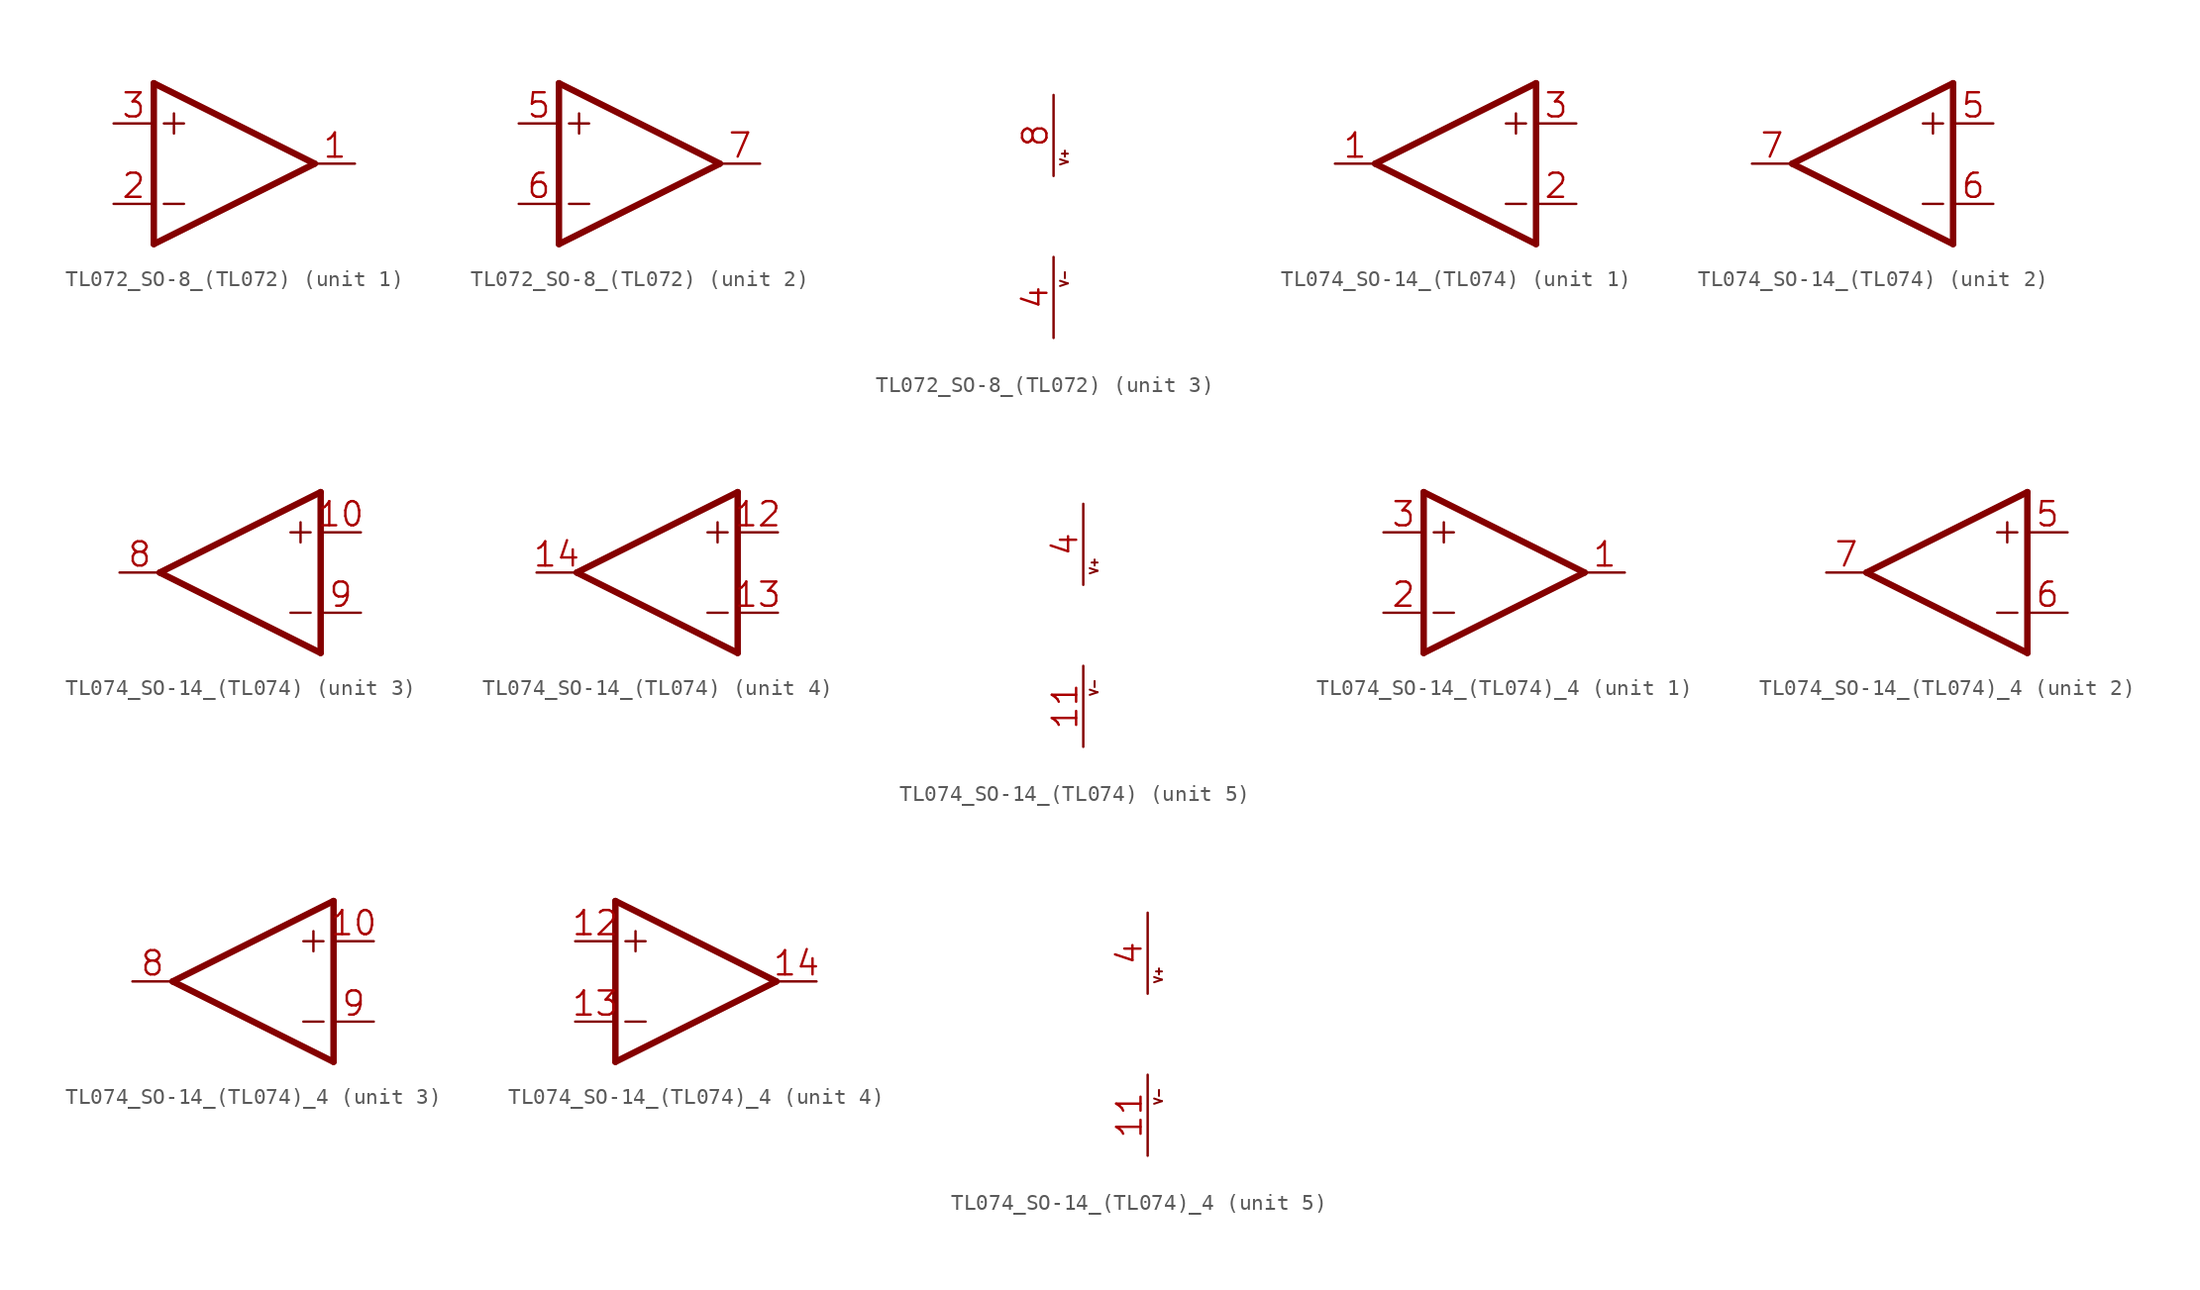
<source format=kicad_sym>
(kicad_symbol_lib
  (version 20241209)
  (generator "kicad_symbol_editor")
  (generator_version "9.0")
  (symbol "TL072_SO-8_(TL072)"
    (property "Reference" "U"
      (at 0 0 0)
      (effects (font (size 1.27 1.27)) (hide yes)))
    (property "ki_locked" ""
      (at 0 0 0)
      (effects (font (size 1.27 1.27))))
    (symbol "TL072_SO-8_(TL072)_1_0"
      (polyline (pts (xy -5.08 5.08) (xy -5.08 -5.08)) (stroke (width 0.406) (type solid)) (fill (type none)))
      (polyline (pts (xy -5.08 -5.08) (xy 5.08 0)) (stroke (width 0.406) (type solid)) (fill (type none)))
      (polyline (pts (xy -4.445 2.54) (xy -3.175 2.54)) (stroke (width 0.152) (type solid)) (fill (type none)))
      (polyline (pts (xy -4.445 -2.54) (xy -3.175 -2.54)) (stroke (width 0.152) (type solid)) (fill (type none)))
      (polyline (pts (xy -3.81 3.175) (xy -3.81 1.905)) (stroke (width 0.152) (type solid)) (fill (type none)))
      (polyline (pts (xy 5.08 0) (xy -5.08 5.08)) (stroke (width 0.406) (type solid)) (fill (type none)))
      (pin input line (at -7.62 2.54 0) (length 2.54) (name "+IN" (effects (font (size 0 0)))) (number "3" (effects (font (size 1.524 1.524)))))
      (pin input line (at -7.62 -2.54 0) (length 2.54) (name "-IN" (effects (font (size 0 0)))) (number "2" (effects (font (size 1.524 1.524)))))
      (pin output line (at 7.62 0 180) (length 2.54) (name "OUT" (effects (font (size 0 0)))) (number "1" (effects (font (size 1.524 1.524))))))
    (symbol "TL072_SO-8_(TL072)_2_0"
      (polyline (pts (xy -5.08 5.08) (xy -5.08 -5.08)) (stroke (width 0.406) (type solid)) (fill (type none)))
      (polyline (pts (xy -5.08 -5.08) (xy 5.08 0)) (stroke (width 0.406) (type solid)) (fill (type none)))
      (polyline (pts (xy -4.445 2.54) (xy -3.175 2.54)) (stroke (width 0.152) (type solid)) (fill (type none)))
      (polyline (pts (xy -4.445 -2.54) (xy -3.175 -2.54)) (stroke (width 0.152) (type solid)) (fill (type none)))
      (polyline (pts (xy -3.81 3.175) (xy -3.81 1.905)) (stroke (width 0.152) (type solid)) (fill (type none)))
      (polyline (pts (xy 5.08 0) (xy -5.08 5.08)) (stroke (width 0.406) (type solid)) (fill (type none)))
      (pin input line (at -7.62 2.54 0) (length 2.54) (name "+IN" (effects (font (size 0 0)))) (number "5" (effects (font (size 1.524 1.524)))))
      (pin input line (at -7.62 -2.54 0) (length 2.54) (name "-IN" (effects (font (size 0 0)))) (number "6" (effects (font (size 1.524 1.524)))))
      (pin output line (at 7.62 0 180) (length 2.54) (name "OUT" (effects (font (size 0 0)))) (number "7" (effects (font (size 1.524 1.524))))))
    (symbol "TL072_SO-8_(TL072)_3_0"
      (text "V+" (at 0.387 3.13 900) (effects (font (size 0.493 0.493)) (justify left top)))
      (text "V-" (at 0.387 -4.49 900) (effects (font (size 0.493 0.493)) (justify left top)))
      (pin power_in line (at 0 7.62 270) (length 5.08) (name "V+" (effects (font (size 0 0)))) (number "8" (effects (font (size 1.524 1.524)))))
      (pin power_in line (at 0 -7.62 90) (length 5.08) (name "V-" (effects (font (size 0 0)))) (number "4" (effects (font (size 1.524 1.524)))))))
  (symbol "TL074_SO-14_(TL074)"
    (property "Reference" "U"
      (at 0 0 0)
      (effects (font (size 1.27 1.27)) (hide yes)))
    (property "ki_locked" ""
      (at 0 0 0)
      (effects (font (size 1.27 1.27))))
    (symbol "TL074_SO-14_(TL074)_1_0"
      (polyline (pts (xy -5.08 0) (xy 5.08 5.08)) (stroke (width 0.406) (type solid)) (fill (type none)))
      (polyline (pts (xy 3.81 3.175) (xy 3.81 1.905)) (stroke (width 0.152) (type solid)) (fill (type none)))
      (polyline (pts (xy 4.445 2.54) (xy 3.175 2.54)) (stroke (width 0.152) (type solid)) (fill (type none)))
      (polyline (pts (xy 4.445 -2.54) (xy 3.175 -2.54)) (stroke (width 0.152) (type solid)) (fill (type none)))
      (polyline (pts (xy 5.08 5.08) (xy 5.08 -5.08)) (stroke (width 0.406) (type solid)) (fill (type none)))
      (polyline (pts (xy 5.08 -5.08) (xy -5.08 0)) (stroke (width 0.406) (type solid)) (fill (type none)))
      (pin output line (at -7.62 0 0) (length 2.54) (name "OUT" (effects (font (size 0 0)))) (number "1" (effects (font (size 1.524 1.524)))))
      (pin input line (at 7.62 2.54 180) (length 2.54) (name "+IN" (effects (font (size 0 0)))) (number "3" (effects (font (size 1.524 1.524)))))
      (pin input line (at 7.62 -2.54 180) (length 2.54) (name "-IN" (effects (font (size 0 0)))) (number "2" (effects (font (size 1.524 1.524))))))
    (symbol "TL074_SO-14_(TL074)_2_0"
      (polyline (pts (xy -5.08 0) (xy 5.08 5.08)) (stroke (width 0.406) (type solid)) (fill (type none)))
      (polyline (pts (xy 3.81 3.175) (xy 3.81 1.905)) (stroke (width 0.152) (type solid)) (fill (type none)))
      (polyline (pts (xy 4.445 2.54) (xy 3.175 2.54)) (stroke (width 0.152) (type solid)) (fill (type none)))
      (polyline (pts (xy 4.445 -2.54) (xy 3.175 -2.54)) (stroke (width 0.152) (type solid)) (fill (type none)))
      (polyline (pts (xy 5.08 5.08) (xy 5.08 -5.08)) (stroke (width 0.406) (type solid)) (fill (type none)))
      (polyline (pts (xy 5.08 -5.08) (xy -5.08 0)) (stroke (width 0.406) (type solid)) (fill (type none)))
      (pin output line (at -7.62 0 0) (length 2.54) (name "OUT" (effects (font (size 0 0)))) (number "7" (effects (font (size 1.524 1.524)))))
      (pin input line (at 7.62 2.54 180) (length 2.54) (name "+IN" (effects (font (size 0 0)))) (number "5" (effects (font (size 1.524 1.524)))))
      (pin input line (at 7.62 -2.54 180) (length 2.54) (name "-IN" (effects (font (size 0 0)))) (number "6" (effects (font (size 1.524 1.524))))))
    (symbol "TL074_SO-14_(TL074)_3_0"
      (polyline (pts (xy -5.08 0) (xy 5.08 5.08)) (stroke (width 0.406) (type solid)) (fill (type none)))
      (polyline (pts (xy 3.81 3.175) (xy 3.81 1.905)) (stroke (width 0.152) (type solid)) (fill (type none)))
      (polyline (pts (xy 4.445 2.54) (xy 3.175 2.54)) (stroke (width 0.152) (type solid)) (fill (type none)))
      (polyline (pts (xy 4.445 -2.54) (xy 3.175 -2.54)) (stroke (width 0.152) (type solid)) (fill (type none)))
      (polyline (pts (xy 5.08 5.08) (xy 5.08 -5.08)) (stroke (width 0.406) (type solid)) (fill (type none)))
      (polyline (pts (xy 5.08 -5.08) (xy -5.08 0)) (stroke (width 0.406) (type solid)) (fill (type none)))
      (pin output line (at -7.62 0 0) (length 2.54) (name "OUT" (effects (font (size 0 0)))) (number "8" (effects (font (size 1.524 1.524)))))
      (pin input line (at 7.62 2.54 180) (length 2.54) (name "+IN" (effects (font (size 0 0)))) (number "10" (effects (font (size 1.524 1.524)))))
      (pin input line (at 7.62 -2.54 180) (length 2.54) (name "-IN" (effects (font (size 0 0)))) (number "9" (effects (font (size 1.524 1.524))))))
    (symbol "TL074_SO-14_(TL074)_4_0"
      (polyline (pts (xy -5.08 0) (xy 5.08 5.08)) (stroke (width 0.406) (type solid)) (fill (type none)))
      (polyline (pts (xy 3.81 3.175) (xy 3.81 1.905)) (stroke (width 0.152) (type solid)) (fill (type none)))
      (polyline (pts (xy 4.445 2.54) (xy 3.175 2.54)) (stroke (width 0.152) (type solid)) (fill (type none)))
      (polyline (pts (xy 4.445 -2.54) (xy 3.175 -2.54)) (stroke (width 0.152) (type solid)) (fill (type none)))
      (polyline (pts (xy 5.08 5.08) (xy 5.08 -5.08)) (stroke (width 0.406) (type solid)) (fill (type none)))
      (polyline (pts (xy 5.08 -5.08) (xy -5.08 0)) (stroke (width 0.406) (type solid)) (fill (type none)))
      (pin output line (at -7.62 0 0) (length 2.54) (name "OUT" (effects (font (size 0 0)))) (number "14" (effects (font (size 1.524 1.524)))))
      (pin input line (at 7.62 2.54 180) (length 2.54) (name "+IN" (effects (font (size 0 0)))) (number "12" (effects (font (size 1.524 1.524)))))
      (pin input line (at 7.62 -2.54 180) (length 2.54) (name "-IN" (effects (font (size 0 0)))) (number "13" (effects (font (size 1.524 1.524))))))
    (symbol "TL074_SO-14_(TL074)_5_0"
      (text "V+" (at 0.387 3.13 900) (effects (font (size 0.493 0.493)) (justify left top)))
      (text "V-" (at 0.387 -4.49 900) (effects (font (size 0.493 0.493)) (justify left top)))
      (pin power_in line (at 0 7.62 270) (length 5.08) (name "V+" (effects (font (size 0 0)))) (number "4" (effects (font (size 1.524 1.524)))))
      (pin power_in line (at 0 -7.62 90) (length 5.08) (name "V-" (effects (font (size 0 0)))) (number "11" (effects (font (size 1.524 1.524)))))))
  (symbol "TL074_SO-14_(TL074)_4"
    (property "Reference" "U"
      (at 0 0 0)
      (effects (font (size 1.27 1.27)) (hide yes)))
    (property "ki_locked" ""
      (at 0 0 0)
      (effects (font (size 1.27 1.27))))
    (symbol "TL074_SO-14_(TL074)_4_1_0"
      (polyline (pts (xy -5.08 5.08) (xy -5.08 -5.08)) (stroke (width 0.406) (type solid)) (fill (type none)))
      (polyline (pts (xy -5.08 -5.08) (xy 5.08 0)) (stroke (width 0.406) (type solid)) (fill (type none)))
      (polyline (pts (xy -4.445 2.54) (xy -3.175 2.54)) (stroke (width 0.152) (type solid)) (fill (type none)))
      (polyline (pts (xy -4.445 -2.54) (xy -3.175 -2.54)) (stroke (width 0.152) (type solid)) (fill (type none)))
      (polyline (pts (xy -3.81 3.175) (xy -3.81 1.905)) (stroke (width 0.152) (type solid)) (fill (type none)))
      (polyline (pts (xy 5.08 0) (xy -5.08 5.08)) (stroke (width 0.406) (type solid)) (fill (type none)))
      (pin input line (at -7.62 2.54 0) (length 2.54) (name "+IN" (effects (font (size 0 0)))) (number "3" (effects (font (size 1.524 1.524)))))
      (pin input line (at -7.62 -2.54 0) (length 2.54) (name "-IN" (effects (font (size 0 0)))) (number "2" (effects (font (size 1.524 1.524)))))
      (pin output line (at 7.62 0 180) (length 2.54) (name "OUT" (effects (font (size 0 0)))) (number "1" (effects (font (size 1.524 1.524))))))
    (symbol "TL074_SO-14_(TL074)_4_2_0"
      (polyline (pts (xy -5.08 0) (xy 5.08 5.08)) (stroke (width 0.406) (type solid)) (fill (type none)))
      (polyline (pts (xy 3.81 3.175) (xy 3.81 1.905)) (stroke (width 0.152) (type solid)) (fill (type none)))
      (polyline (pts (xy 4.445 2.54) (xy 3.175 2.54)) (stroke (width 0.152) (type solid)) (fill (type none)))
      (polyline (pts (xy 4.445 -2.54) (xy 3.175 -2.54)) (stroke (width 0.152) (type solid)) (fill (type none)))
      (polyline (pts (xy 5.08 5.08) (xy 5.08 -5.08)) (stroke (width 0.406) (type solid)) (fill (type none)))
      (polyline (pts (xy 5.08 -5.08) (xy -5.08 0)) (stroke (width 0.406) (type solid)) (fill (type none)))
      (pin output line (at -7.62 0 0) (length 2.54) (name "OUT" (effects (font (size 0 0)))) (number "7" (effects (font (size 1.524 1.524)))))
      (pin input line (at 7.62 2.54 180) (length 2.54) (name "+IN" (effects (font (size 0 0)))) (number "5" (effects (font (size 1.524 1.524)))))
      (pin input line (at 7.62 -2.54 180) (length 2.54) (name "-IN" (effects (font (size 0 0)))) (number "6" (effects (font (size 1.524 1.524))))))
    (symbol "TL074_SO-14_(TL074)_4_3_0"
      (polyline (pts (xy -5.08 0) (xy 5.08 5.08)) (stroke (width 0.406) (type solid)) (fill (type none)))
      (polyline (pts (xy 3.81 3.175) (xy 3.81 1.905)) (stroke (width 0.152) (type solid)) (fill (type none)))
      (polyline (pts (xy 4.445 2.54) (xy 3.175 2.54)) (stroke (width 0.152) (type solid)) (fill (type none)))
      (polyline (pts (xy 4.445 -2.54) (xy 3.175 -2.54)) (stroke (width 0.152) (type solid)) (fill (type none)))
      (polyline (pts (xy 5.08 5.08) (xy 5.08 -5.08)) (stroke (width 0.406) (type solid)) (fill (type none)))
      (polyline (pts (xy 5.08 -5.08) (xy -5.08 0)) (stroke (width 0.406) (type solid)) (fill (type none)))
      (pin output line (at -7.62 0 0) (length 2.54) (name "OUT" (effects (font (size 0 0)))) (number "8" (effects (font (size 1.524 1.524)))))
      (pin input line (at 7.62 2.54 180) (length 2.54) (name "+IN" (effects (font (size 0 0)))) (number "10" (effects (font (size 1.524 1.524)))))
      (pin input line (at 7.62 -2.54 180) (length 2.54) (name "-IN" (effects (font (size 0 0)))) (number "9" (effects (font (size 1.524 1.524))))))
    (symbol "TL074_SO-14_(TL074)_4_4_0"
      (polyline (pts (xy -5.08 5.08) (xy -5.08 -5.08)) (stroke (width 0.406) (type solid)) (fill (type none)))
      (polyline (pts (xy -5.08 -5.08) (xy 5.08 0)) (stroke (width 0.406) (type solid)) (fill (type none)))
      (polyline (pts (xy -4.445 2.54) (xy -3.175 2.54)) (stroke (width 0.152) (type solid)) (fill (type none)))
      (polyline (pts (xy -4.445 -2.54) (xy -3.175 -2.54)) (stroke (width 0.152) (type solid)) (fill (type none)))
      (polyline (pts (xy -3.81 3.175) (xy -3.81 1.905)) (stroke (width 0.152) (type solid)) (fill (type none)))
      (polyline (pts (xy 5.08 0) (xy -5.08 5.08)) (stroke (width 0.406) (type solid)) (fill (type none)))
      (pin input line (at -7.62 2.54 0) (length 2.54) (name "+IN" (effects (font (size 0 0)))) (number "12" (effects (font (size 1.524 1.524)))))
      (pin input line (at -7.62 -2.54 0) (length 2.54) (name "-IN" (effects (font (size 0 0)))) (number "13" (effects (font (size 1.524 1.524)))))
      (pin output line (at 7.62 0 180) (length 2.54) (name "OUT" (effects (font (size 0 0)))) (number "14" (effects (font (size 1.524 1.524))))))
    (symbol "TL074_SO-14_(TL074)_4_5_0"
      (text "V+" (at 0.387 3.13 900) (effects (font (size 0.493 0.493)) (justify left top)))
      (text "V-" (at 0.387 -4.49 900) (effects (font (size 0.493 0.493)) (justify left top)))
      (pin power_in line (at 0 7.62 270) (length 5.08) (name "V+" (effects (font (size 0 0)))) (number "4" (effects (font (size 1.524 1.524)))))
      (pin power_in line (at 0 -7.62 90) (length 5.08) (name "V-" (effects (font (size 0 0)))) (number "11" (effects (font (size 1.524 1.524))))))))
</source>
